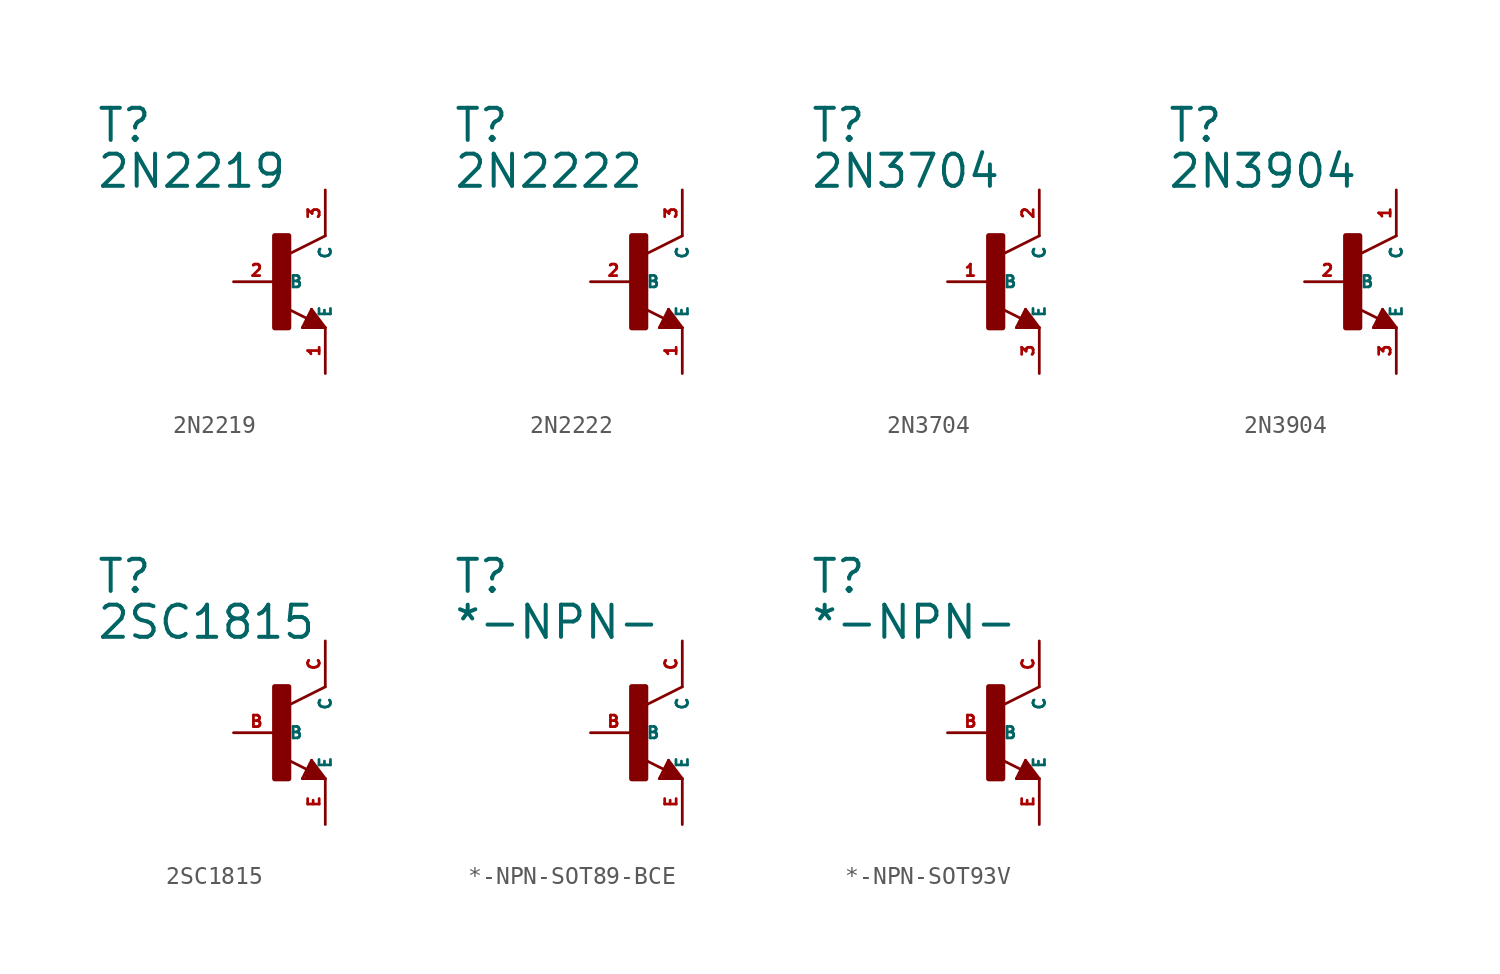
<source format=kicad_sym>
(kicad_symbol_lib
  (version 20220914)
  (generator Eagle2Kicad)
  (symbol "2N2219"
    (property "Reference" "T"
      (at -10.16 7.62 0)
      (effects (font (size 1.778 1.778) (thickness 0.22)) (justify left bottom)))
    (property "Value" "2N2219"
      (at -10.16 5.08 0)
      (effects (font (size 1.778 1.778) (thickness 0.22)) (justify left bottom)))
    (polyline
      (pts (xy 2.54 2.54) (xy 0.508 1.524))
      (stroke (width 0.152) (type default))
      (fill (type none)))
    (polyline
      (pts (xy 1.778 -1.524) (xy 2.54 -2.54))
      (stroke (width 0.152) (type default))
      (fill (type none)))
    (polyline
      (pts (xy 2.54 -2.54) (xy 1.27 -2.54))
      (stroke (width 0.152) (type default))
      (fill (type none)))
    (polyline
      (pts (xy 1.27 -2.54) (xy 1.778 -1.524))
      (stroke (width 0.152) (type default))
      (fill (type none)))
    (polyline
      (pts (xy 1.54 -2.04) (xy 0.308 -1.424))
      (stroke (width 0.152) (type default))
      (fill (type none)))
    (polyline
      (pts (xy 1.524 -2.413) (xy 2.286 -2.413))
      (stroke (width 0.254) (type default))
      (fill (type none)))
    (polyline
      (pts (xy 2.286 -2.413) (xy 1.778 -1.778))
      (stroke (width 0.254) (type default))
      (fill (type none)))
    (polyline
      (pts (xy 1.778 -1.778) (xy 1.524 -2.286))
      (stroke (width 0.254) (type default))
      (fill (type none)))
    (polyline
      (pts (xy 1.524 -2.286) (xy 1.905 -2.286))
      (stroke (width 0.254) (type default))
      (fill (type none)))
    (polyline
      (pts (xy 1.905 -2.286) (xy 1.778 -2.032))
      (stroke (width 0.254) (type default))
      (fill (type none)))
    (rectangle
      (start -0.254 -2.54)
      (end 0.508 2.54)
      (stroke (width 0.3) (type default))
      (fill (type outline)))
    (pin passive line
      (at -2.54 0 0)
      (length 2.54)
      (name "B" (effects (font (size 0.635 0.635) (thickness 0.08)) (justify left bottom)))
      (number "2" (effects (font (size 0.635 0.635) (thickness 0.08)) (justify left bottom))))
    (pin passive line
      (at 2.54 -5.08 90)
      (length 2.54)
      (name "E" (effects (font (size 0.635 0.635) (thickness 0.08)) (justify left bottom)))
      (number "1" (effects (font (size 0.635 0.635) (thickness 0.08)) (justify left bottom))))
    (pin passive line
      (at 2.54 5.08 270)
      (length 2.54)
      (name "C" (effects (font (size 0.635 0.635) (thickness 0.08)) (justify left bottom)))
      (number "3" (effects (font (size 0.635 0.635) (thickness 0.08)) (justify left bottom)))))
  (symbol "2N2222"
    (property "Reference" "T"
      (at -10.16 7.62 0)
      (effects (font (size 1.778 1.778) (thickness 0.22)) (justify left bottom)))
    (property "Value" "2N2222"
      (at -10.16 5.08 0)
      (effects (font (size 1.778 1.778) (thickness 0.22)) (justify left bottom)))
    (polyline
      (pts (xy 2.54 2.54) (xy 0.508 1.524))
      (stroke (width 0.152) (type default))
      (fill (type none)))
    (polyline
      (pts (xy 1.778 -1.524) (xy 2.54 -2.54))
      (stroke (width 0.152) (type default))
      (fill (type none)))
    (polyline
      (pts (xy 2.54 -2.54) (xy 1.27 -2.54))
      (stroke (width 0.152) (type default))
      (fill (type none)))
    (polyline
      (pts (xy 1.27 -2.54) (xy 1.778 -1.524))
      (stroke (width 0.152) (type default))
      (fill (type none)))
    (polyline
      (pts (xy 1.54 -2.04) (xy 0.308 -1.424))
      (stroke (width 0.152) (type default))
      (fill (type none)))
    (polyline
      (pts (xy 1.524 -2.413) (xy 2.286 -2.413))
      (stroke (width 0.254) (type default))
      (fill (type none)))
    (polyline
      (pts (xy 2.286 -2.413) (xy 1.778 -1.778))
      (stroke (width 0.254) (type default))
      (fill (type none)))
    (polyline
      (pts (xy 1.778 -1.778) (xy 1.524 -2.286))
      (stroke (width 0.254) (type default))
      (fill (type none)))
    (polyline
      (pts (xy 1.524 -2.286) (xy 1.905 -2.286))
      (stroke (width 0.254) (type default))
      (fill (type none)))
    (polyline
      (pts (xy 1.905 -2.286) (xy 1.778 -2.032))
      (stroke (width 0.254) (type default))
      (fill (type none)))
    (rectangle
      (start -0.254 -2.54)
      (end 0.508 2.54)
      (stroke (width 0.3) (type default))
      (fill (type outline)))
    (pin passive line
      (at -2.54 0 0)
      (length 2.54)
      (name "B" (effects (font (size 0.635 0.635) (thickness 0.08)) (justify left bottom)))
      (number "2" (effects (font (size 0.635 0.635) (thickness 0.08)) (justify left bottom))))
    (pin passive line
      (at 2.54 -5.08 90)
      (length 2.54)
      (name "E" (effects (font (size 0.635 0.635) (thickness 0.08)) (justify left bottom)))
      (number "1" (effects (font (size 0.635 0.635) (thickness 0.08)) (justify left bottom))))
    (pin passive line
      (at 2.54 5.08 270)
      (length 2.54)
      (name "C" (effects (font (size 0.635 0.635) (thickness 0.08)) (justify left bottom)))
      (number "3" (effects (font (size 0.635 0.635) (thickness 0.08)) (justify left bottom)))))
  (symbol "2N3704"
    (property "Reference" "T"
      (at -10.16 7.62 0)
      (effects (font (size 1.778 1.778) (thickness 0.22)) (justify left bottom)))
    (property "Value" "2N3704"
      (at -10.16 5.08 0)
      (effects (font (size 1.778 1.778) (thickness 0.22)) (justify left bottom)))
    (polyline
      (pts (xy 2.54 2.54) (xy 0.508 1.524))
      (stroke (width 0.152) (type default))
      (fill (type none)))
    (polyline
      (pts (xy 1.778 -1.524) (xy 2.54 -2.54))
      (stroke (width 0.152) (type default))
      (fill (type none)))
    (polyline
      (pts (xy 2.54 -2.54) (xy 1.27 -2.54))
      (stroke (width 0.152) (type default))
      (fill (type none)))
    (polyline
      (pts (xy 1.27 -2.54) (xy 1.778 -1.524))
      (stroke (width 0.152) (type default))
      (fill (type none)))
    (polyline
      (pts (xy 1.54 -2.04) (xy 0.308 -1.424))
      (stroke (width 0.152) (type default))
      (fill (type none)))
    (polyline
      (pts (xy 1.524 -2.413) (xy 2.286 -2.413))
      (stroke (width 0.254) (type default))
      (fill (type none)))
    (polyline
      (pts (xy 2.286 -2.413) (xy 1.778 -1.778))
      (stroke (width 0.254) (type default))
      (fill (type none)))
    (polyline
      (pts (xy 1.778 -1.778) (xy 1.524 -2.286))
      (stroke (width 0.254) (type default))
      (fill (type none)))
    (polyline
      (pts (xy 1.524 -2.286) (xy 1.905 -2.286))
      (stroke (width 0.254) (type default))
      (fill (type none)))
    (polyline
      (pts (xy 1.905 -2.286) (xy 1.778 -2.032))
      (stroke (width 0.254) (type default))
      (fill (type none)))
    (rectangle
      (start -0.254 -2.54)
      (end 0.508 2.54)
      (stroke (width 0.3) (type default))
      (fill (type outline)))
    (pin passive line
      (at -2.54 0 0)
      (length 2.54)
      (name "B" (effects (font (size 0.635 0.635) (thickness 0.08)) (justify left bottom)))
      (number "1" (effects (font (size 0.635 0.635) (thickness 0.08)) (justify left bottom))))
    (pin passive line
      (at 2.54 -5.08 90)
      (length 2.54)
      (name "E" (effects (font (size 0.635 0.635) (thickness 0.08)) (justify left bottom)))
      (number "3" (effects (font (size 0.635 0.635) (thickness 0.08)) (justify left bottom))))
    (pin passive line
      (at 2.54 5.08 270)
      (length 2.54)
      (name "C" (effects (font (size 0.635 0.635) (thickness 0.08)) (justify left bottom)))
      (number "2" (effects (font (size 0.635 0.635) (thickness 0.08)) (justify left bottom)))))
  (symbol "2N3904"
    (property "Reference" "T"
      (at -10.16 7.62 0)
      (effects (font (size 1.778 1.778) (thickness 0.22)) (justify left bottom)))
    (property "Value" "2N3904"
      (at -10.16 5.08 0)
      (effects (font (size 1.778 1.778) (thickness 0.22)) (justify left bottom)))
    (polyline
      (pts (xy 2.54 2.54) (xy 0.508 1.524))
      (stroke (width 0.152) (type default))
      (fill (type none)))
    (polyline
      (pts (xy 1.778 -1.524) (xy 2.54 -2.54))
      (stroke (width 0.152) (type default))
      (fill (type none)))
    (polyline
      (pts (xy 2.54 -2.54) (xy 1.27 -2.54))
      (stroke (width 0.152) (type default))
      (fill (type none)))
    (polyline
      (pts (xy 1.27 -2.54) (xy 1.778 -1.524))
      (stroke (width 0.152) (type default))
      (fill (type none)))
    (polyline
      (pts (xy 1.54 -2.04) (xy 0.308 -1.424))
      (stroke (width 0.152) (type default))
      (fill (type none)))
    (polyline
      (pts (xy 1.524 -2.413) (xy 2.286 -2.413))
      (stroke (width 0.254) (type default))
      (fill (type none)))
    (polyline
      (pts (xy 2.286 -2.413) (xy 1.778 -1.778))
      (stroke (width 0.254) (type default))
      (fill (type none)))
    (polyline
      (pts (xy 1.778 -1.778) (xy 1.524 -2.286))
      (stroke (width 0.254) (type default))
      (fill (type none)))
    (polyline
      (pts (xy 1.524 -2.286) (xy 1.905 -2.286))
      (stroke (width 0.254) (type default))
      (fill (type none)))
    (polyline
      (pts (xy 1.905 -2.286) (xy 1.778 -2.032))
      (stroke (width 0.254) (type default))
      (fill (type none)))
    (rectangle
      (start -0.254 -2.54)
      (end 0.508 2.54)
      (stroke (width 0.3) (type default))
      (fill (type outline)))
    (pin passive line
      (at -2.54 0 0)
      (length 2.54)
      (name "B" (effects (font (size 0.635 0.635) (thickness 0.08)) (justify left bottom)))
      (number "2" (effects (font (size 0.635 0.635) (thickness 0.08)) (justify left bottom))))
    (pin passive line
      (at 2.54 -5.08 90)
      (length 2.54)
      (name "E" (effects (font (size 0.635 0.635) (thickness 0.08)) (justify left bottom)))
      (number "3" (effects (font (size 0.635 0.635) (thickness 0.08)) (justify left bottom))))
    (pin passive line
      (at 2.54 5.08 270)
      (length 2.54)
      (name "C" (effects (font (size 0.635 0.635) (thickness 0.08)) (justify left bottom)))
      (number "1" (effects (font (size 0.635 0.635) (thickness 0.08)) (justify left bottom)))))
  (symbol "2SC1815"
    (property "Reference" "T"
      (at -10.16 7.62 0)
      (effects (font (size 1.778 1.778) (thickness 0.22)) (justify left bottom)))
    (property "Value" "2SC1815"
      (at -10.16 5.08 0)
      (effects (font (size 1.778 1.778) (thickness 0.22)) (justify left bottom)))
    (polyline
      (pts (xy 2.54 2.54) (xy 0.508 1.524))
      (stroke (width 0.152) (type default))
      (fill (type none)))
    (polyline
      (pts (xy 1.778 -1.524) (xy 2.54 -2.54))
      (stroke (width 0.152) (type default))
      (fill (type none)))
    (polyline
      (pts (xy 2.54 -2.54) (xy 1.27 -2.54))
      (stroke (width 0.152) (type default))
      (fill (type none)))
    (polyline
      (pts (xy 1.27 -2.54) (xy 1.778 -1.524))
      (stroke (width 0.152) (type default))
      (fill (type none)))
    (polyline
      (pts (xy 1.54 -2.04) (xy 0.308 -1.424))
      (stroke (width 0.152) (type default))
      (fill (type none)))
    (polyline
      (pts (xy 1.524 -2.413) (xy 2.286 -2.413))
      (stroke (width 0.254) (type default))
      (fill (type none)))
    (polyline
      (pts (xy 2.286 -2.413) (xy 1.778 -1.778))
      (stroke (width 0.254) (type default))
      (fill (type none)))
    (polyline
      (pts (xy 1.778 -1.778) (xy 1.524 -2.286))
      (stroke (width 0.254) (type default))
      (fill (type none)))
    (polyline
      (pts (xy 1.524 -2.286) (xy 1.905 -2.286))
      (stroke (width 0.254) (type default))
      (fill (type none)))
    (polyline
      (pts (xy 1.905 -2.286) (xy 1.778 -2.032))
      (stroke (width 0.254) (type default))
      (fill (type none)))
    (rectangle
      (start -0.254 -2.54)
      (end 0.508 2.54)
      (stroke (width 0.3) (type default))
      (fill (type outline)))
    (pin passive line
      (at -2.54 0 0)
      (length 2.54)
      (name "B" (effects (font (size 0.635 0.635) (thickness 0.08)) (justify left bottom)))
      (number "B" (effects (font (size 0.635 0.635) (thickness 0.08)) (justify left bottom))))
    (pin passive line
      (at 2.54 -5.08 90)
      (length 2.54)
      (name "E" (effects (font (size 0.635 0.635) (thickness 0.08)) (justify left bottom)))
      (number "E" (effects (font (size 0.635 0.635) (thickness 0.08)) (justify left bottom))))
    (pin passive line
      (at 2.54 5.08 270)
      (length 2.54)
      (name "C" (effects (font (size 0.635 0.635) (thickness 0.08)) (justify left bottom)))
      (number "C" (effects (font (size 0.635 0.635) (thickness 0.08)) (justify left bottom)))))
  (symbol "*-NPN-SOT89-BCE"
    (property "Reference" "T"
      (at -10.16 7.62 0)
      (effects (font (size 1.778 1.778) (thickness 0.22)) (justify left bottom)))
    (property "Value" "*-NPN-"
      (at -10.16 5.08 0)
      (effects (font (size 1.778 1.778) (thickness 0.22)) (justify left bottom)))
    (polyline
      (pts (xy 2.54 2.54) (xy 0.508 1.524))
      (stroke (width 0.152) (type default))
      (fill (type none)))
    (polyline
      (pts (xy 1.778 -1.524) (xy 2.54 -2.54))
      (stroke (width 0.152) (type default))
      (fill (type none)))
    (polyline
      (pts (xy 2.54 -2.54) (xy 1.27 -2.54))
      (stroke (width 0.152) (type default))
      (fill (type none)))
    (polyline
      (pts (xy 1.27 -2.54) (xy 1.778 -1.524))
      (stroke (width 0.152) (type default))
      (fill (type none)))
    (polyline
      (pts (xy 1.54 -2.04) (xy 0.308 -1.424))
      (stroke (width 0.152) (type default))
      (fill (type none)))
    (polyline
      (pts (xy 1.524 -2.413) (xy 2.286 -2.413))
      (stroke (width 0.254) (type default))
      (fill (type none)))
    (polyline
      (pts (xy 2.286 -2.413) (xy 1.778 -1.778))
      (stroke (width 0.254) (type default))
      (fill (type none)))
    (polyline
      (pts (xy 1.778 -1.778) (xy 1.524 -2.286))
      (stroke (width 0.254) (type default))
      (fill (type none)))
    (polyline
      (pts (xy 1.524 -2.286) (xy 1.905 -2.286))
      (stroke (width 0.254) (type default))
      (fill (type none)))
    (polyline
      (pts (xy 1.905 -2.286) (xy 1.778 -2.032))
      (stroke (width 0.254) (type default))
      (fill (type none)))
    (rectangle
      (start -0.254 -2.54)
      (end 0.508 2.54)
      (stroke (width 0.3) (type default))
      (fill (type outline)))
    (pin passive line
      (at -2.54 0 0)
      (length 2.54)
      (name "B" (effects (font (size 0.635 0.635) (thickness 0.08)) (justify left bottom)))
      (number "B" (effects (font (size 0.635 0.635) (thickness 0.08)) (justify left bottom))))
    (pin passive line
      (at 2.54 -5.08 90)
      (length 2.54)
      (name "E" (effects (font (size 0.635 0.635) (thickness 0.08)) (justify left bottom)))
      (number "E" (effects (font (size 0.635 0.635) (thickness 0.08)) (justify left bottom))))
    (pin passive line
      (at 2.54 5.08 270)
      (length 2.54)
      (name "C" (effects (font (size 0.635 0.635) (thickness 0.08)) (justify left bottom)))
      (number "C" (effects (font (size 0.635 0.635) (thickness 0.08)) (justify left bottom)))))
  (symbol "*-NPN-SOT93V"
    (property "Reference" "T"
      (at -10.16 7.62 0)
      (effects (font (size 1.778 1.778) (thickness 0.22)) (justify left bottom)))
    (property "Value" "*-NPN-"
      (at -10.16 5.08 0)
      (effects (font (size 1.778 1.778) (thickness 0.22)) (justify left bottom)))
    (polyline
      (pts (xy 2.54 2.54) (xy 0.508 1.524))
      (stroke (width 0.152) (type default))
      (fill (type none)))
    (polyline
      (pts (xy 1.778 -1.524) (xy 2.54 -2.54))
      (stroke (width 0.152) (type default))
      (fill (type none)))
    (polyline
      (pts (xy 2.54 -2.54) (xy 1.27 -2.54))
      (stroke (width 0.152) (type default))
      (fill (type none)))
    (polyline
      (pts (xy 1.27 -2.54) (xy 1.778 -1.524))
      (stroke (width 0.152) (type default))
      (fill (type none)))
    (polyline
      (pts (xy 1.54 -2.04) (xy 0.308 -1.424))
      (stroke (width 0.152) (type default))
      (fill (type none)))
    (polyline
      (pts (xy 1.524 -2.413) (xy 2.286 -2.413))
      (stroke (width 0.254) (type default))
      (fill (type none)))
    (polyline
      (pts (xy 2.286 -2.413) (xy 1.778 -1.778))
      (stroke (width 0.254) (type default))
      (fill (type none)))
    (polyline
      (pts (xy 1.778 -1.778) (xy 1.524 -2.286))
      (stroke (width 0.254) (type default))
      (fill (type none)))
    (polyline
      (pts (xy 1.524 -2.286) (xy 1.905 -2.286))
      (stroke (width 0.254) (type default))
      (fill (type none)))
    (polyline
      (pts (xy 1.905 -2.286) (xy 1.778 -2.032))
      (stroke (width 0.254) (type default))
      (fill (type none)))
    (rectangle
      (start -0.254 -2.54)
      (end 0.508 2.54)
      (stroke (width 0.3) (type default))
      (fill (type outline)))
    (pin passive line
      (at -2.54 0 0)
      (length 2.54)
      (name "B" (effects (font (size 0.635 0.635) (thickness 0.08)) (justify left bottom)))
      (number "B" (effects (font (size 0.635 0.635) (thickness 0.08)) (justify left bottom))))
    (pin passive line
      (at 2.54 -5.08 90)
      (length 2.54)
      (name "E" (effects (font (size 0.635 0.635) (thickness 0.08)) (justify left bottom)))
      (number "E" (effects (font (size 0.635 0.635) (thickness 0.08)) (justify left bottom))))
    (pin passive line
      (at 2.54 5.08 270)
      (length 2.54)
      (name "C" (effects (font (size 0.635 0.635) (thickness 0.08)) (justify left bottom)))
      (number "C" (effects (font (size 0.635 0.635) (thickness 0.08)) (justify left bottom))))))
</source>
